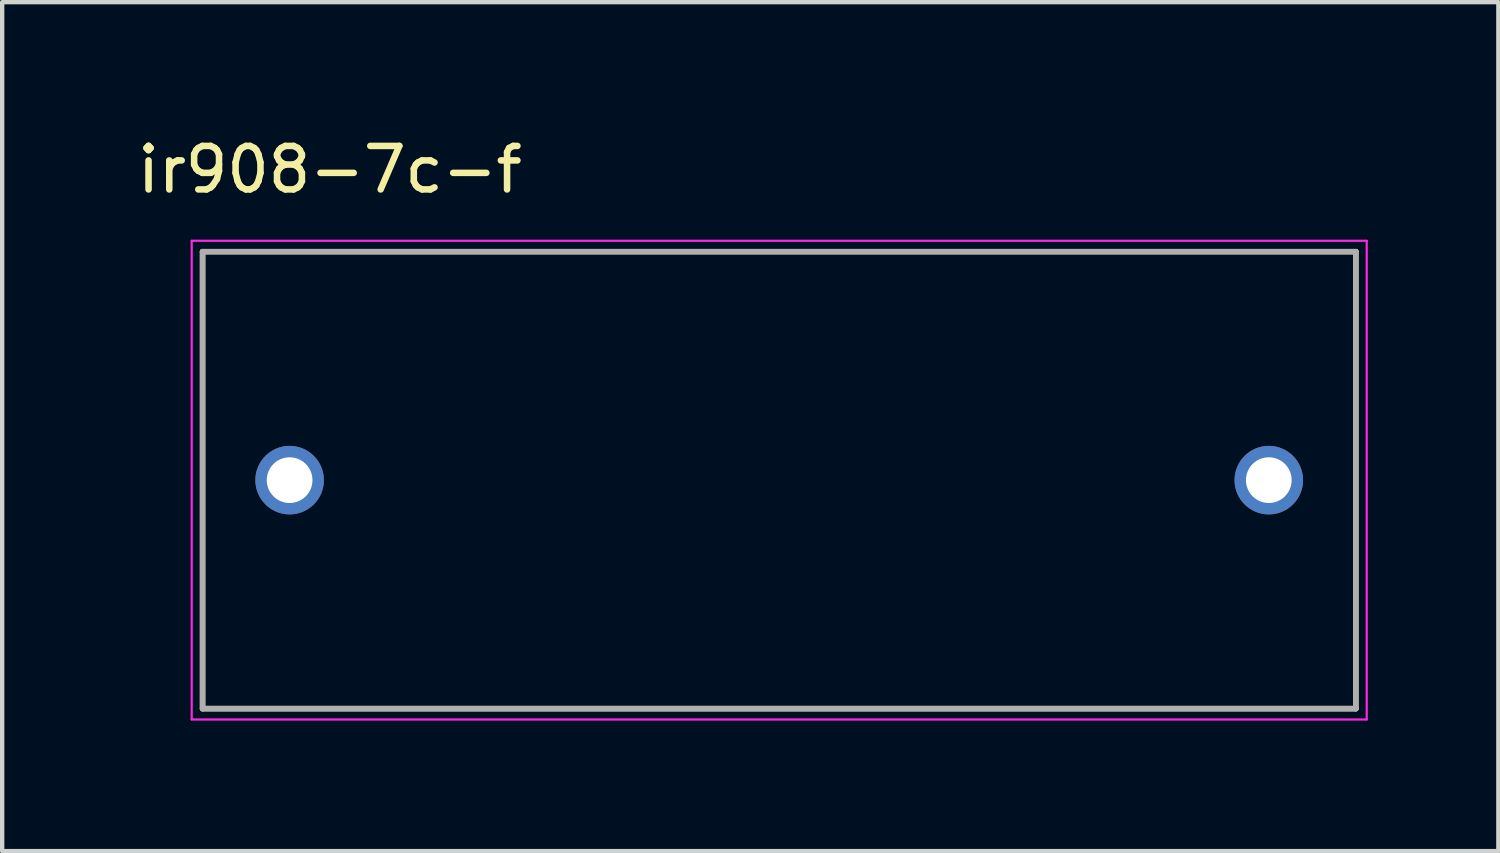
<source format=kicad_pcb>
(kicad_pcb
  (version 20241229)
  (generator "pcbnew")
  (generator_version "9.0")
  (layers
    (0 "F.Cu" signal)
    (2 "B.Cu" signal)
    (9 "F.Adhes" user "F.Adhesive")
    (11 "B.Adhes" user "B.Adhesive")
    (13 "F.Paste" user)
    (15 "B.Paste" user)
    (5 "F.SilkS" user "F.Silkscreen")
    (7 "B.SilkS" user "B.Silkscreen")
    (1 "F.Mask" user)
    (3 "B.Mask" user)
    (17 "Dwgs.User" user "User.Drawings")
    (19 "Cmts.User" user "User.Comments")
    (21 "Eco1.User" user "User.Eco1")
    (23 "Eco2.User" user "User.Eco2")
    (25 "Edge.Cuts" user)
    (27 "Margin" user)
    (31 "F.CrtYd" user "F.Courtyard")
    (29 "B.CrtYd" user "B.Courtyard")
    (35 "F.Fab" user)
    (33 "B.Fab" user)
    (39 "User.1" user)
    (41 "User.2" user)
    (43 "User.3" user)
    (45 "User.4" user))
  (footprint "ir908-7c-f"
    (layer "F.Cu")
    (at 14.855 7.983)
    (property "Reference" "ir908-7c-f" (at -10.325 -7.135 0) (layer "F.SilkS") (effects (font (size 1 1) (thickness 0.15))))
    (attr through_hole)
    (fp_line (start -13.25 -5.25) (end -13.25 5.25) (stroke (width 0.127) (type solid)) (layer "F.SilkS"))
    (fp_line (start -13.25 -5.25) (end 13.25 -5.25) (stroke (width 0.127) (type solid)) (layer "F.SilkS"))
    (fp_line (start 13.25 -5.25) (end 13.25 5.25) (stroke (width 0.127) (type solid)) (layer "F.SilkS"))
    (fp_line (start 13.25 5.25) (end -13.25 5.25) (stroke (width 0.127) (type solid)) (layer "F.SilkS"))
    (fp_line (start -13.5 -5.5) (end -13.5 5.5) (stroke (width 0.05) (type solid)) (layer "F.CrtYd"))
    (fp_line (start -13.5 5.5) (end 13.5 5.5) (stroke (width 0.05) (type solid)) (layer "F.CrtYd"))
    (fp_line (start 13.5 -5.5) (end -13.5 -5.5) (stroke (width 0.05) (type solid)) (layer "F.CrtYd"))
    (fp_line (start 13.5 5.5) (end 13.5 -5.5) (stroke (width 0.05) (type solid)) (layer "F.CrtYd"))
    (fp_line (start -13.25 -5.25) (end -13.25 5.25) (stroke (width 0.127) (type solid)) (layer "F.Fab"))
    (fp_line (start -13.25 -5.25) (end 13.25 -5.25) (stroke (width 0.127) (type solid)) (layer "F.Fab"))
    (fp_line (start 13.25 -5.25) (end 13.25 5.25) (stroke (width 0.127) (type solid)) (layer "F.Fab"))
    (fp_line (start 13.25 5.25) (end -13.25 5.25) (stroke (width 0.127) (type solid)) (layer "F.Fab"))
    (pad "1" thru_hole circle (at -11.25 0) (size 1.575 1.575) (drill 1.05) (layers "*.Cu" "*.Mask"))
    (pad "2" thru_hole circle (at 11.25 0) (size 1.575 1.575) (drill 1.05) (layers "*.Cu" "*.Mask")))
  (gr_rect
    (start -3 -3)
    (end 31.38 16.508)
    (stroke (width 0.1) (type default))
    (fill no)
    (layer "Edge.Cuts")))
</source>
